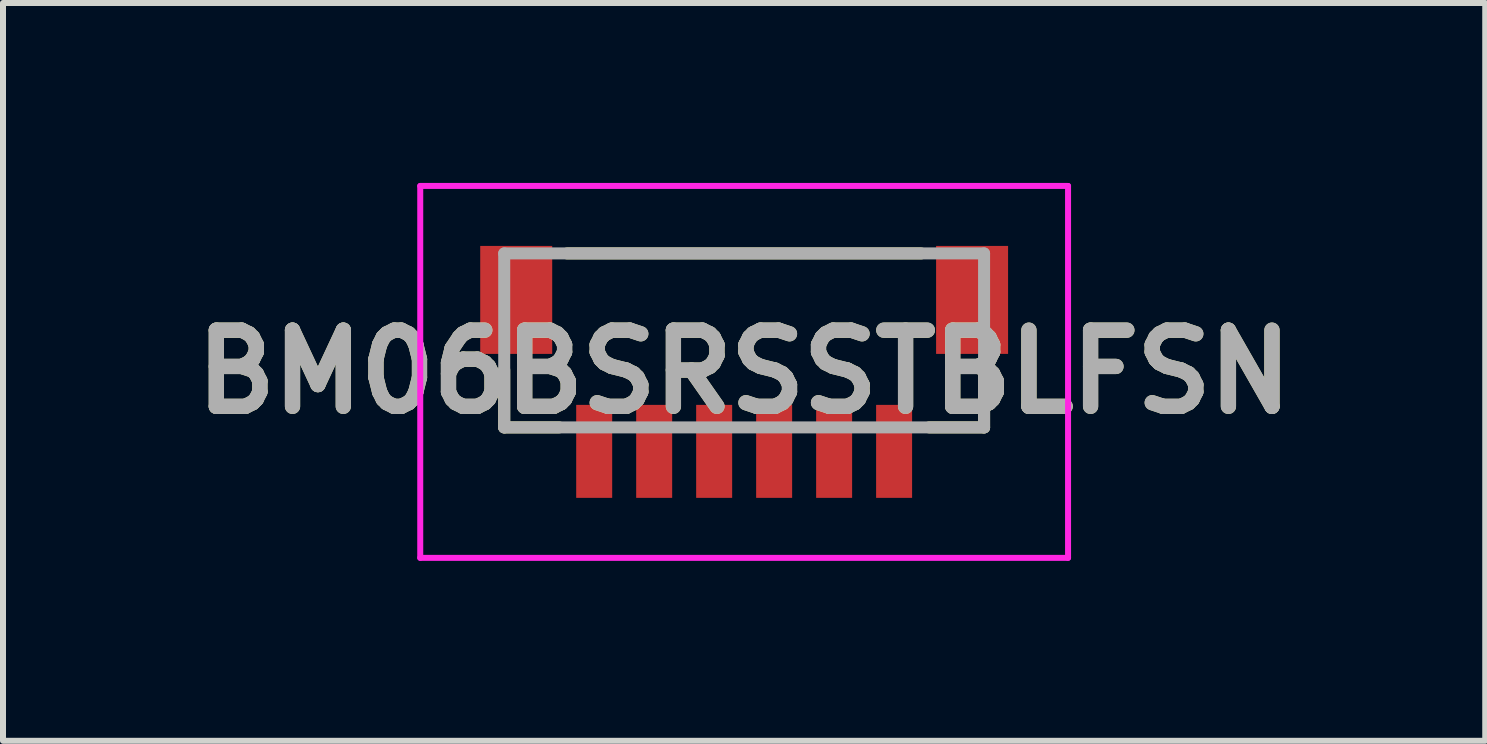
<source format=kicad_pcb>
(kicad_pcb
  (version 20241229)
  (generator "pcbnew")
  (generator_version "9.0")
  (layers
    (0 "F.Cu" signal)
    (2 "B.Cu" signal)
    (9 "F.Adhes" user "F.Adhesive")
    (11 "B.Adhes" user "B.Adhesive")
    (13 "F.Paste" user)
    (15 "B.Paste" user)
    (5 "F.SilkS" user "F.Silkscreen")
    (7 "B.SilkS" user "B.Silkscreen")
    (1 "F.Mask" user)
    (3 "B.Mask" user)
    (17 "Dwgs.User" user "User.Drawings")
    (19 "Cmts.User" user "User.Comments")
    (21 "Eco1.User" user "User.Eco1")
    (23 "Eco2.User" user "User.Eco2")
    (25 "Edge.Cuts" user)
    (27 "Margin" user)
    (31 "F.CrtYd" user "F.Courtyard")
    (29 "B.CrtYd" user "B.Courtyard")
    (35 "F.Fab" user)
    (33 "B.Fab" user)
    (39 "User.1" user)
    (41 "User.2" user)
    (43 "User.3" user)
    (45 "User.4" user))
  (footprint "BM06BSRSSTBLFSN"
    (layer "F.Cu")
    (at 9.356 2.825)
    (property "Reference" "BM06BSRSSTBLFSN" (at 0 0.325 0) (layer "F.SilkS") (effects (font (size 1.27 1.27) (thickness 0.254))))
    (attr smd)
    (fp_line (start -4 1.25) (end -4 0.291) (stroke (width 0.2) (type solid)) (layer "F.SilkS"))
    (fp_line (start -4 1.25) (end -3.084 1.25) (stroke (width 0.2) (type solid)) (layer "F.SilkS"))
    (fp_line (start -2.95 -1.65) (end 2.95 -1.65) (stroke (width 0.2) (type solid)) (layer "F.SilkS"))
    (fp_line (start 4 1.25) (end 3.084 1.25) (stroke (width 0.2) (type solid)) (layer "F.SilkS"))
    (fp_line (start 4 1.25) (end 4 0.291) (stroke (width 0.2) (type solid)) (layer "F.SilkS"))
    (fp_line (start -5.4 -2.775) (end 5.4 -2.775) (stroke (width 0.1) (type solid)) (layer "F.CrtYd"))
    (fp_line (start -5.4 3.425) (end -5.4 -2.775) (stroke (width 0.1) (type solid)) (layer "F.CrtYd"))
    (fp_line (start 5.4 -2.775) (end 5.4 3.425) (stroke (width 0.1) (type solid)) (layer "F.CrtYd"))
    (fp_line (start 5.4 3.425) (end -5.4 3.425) (stroke (width 0.1) (type solid)) (layer "F.CrtYd"))
    (fp_line (start -4 -1.65) (end 4 -1.65) (stroke (width 0.2) (type solid)) (layer "F.Fab"))
    (fp_line (start -4 1.25) (end -4 -1.65) (stroke (width 0.2) (type solid)) (layer "F.Fab"))
    (fp_line (start 4 -1.65) (end 4 1.25) (stroke (width 0.2) (type solid)) (layer "F.Fab"))
    (fp_line (start 4 1.25) (end -4 1.25) (stroke (width 0.2) (type solid)) (layer "F.Fab"))
    (fp_text user "${REFERENCE}" (at 0 0.325 0) (layer "F.Fab") (effects (font (size 1.27 1.27) (thickness 0.254))))
    (pad "1" smd rect (at 2.5 1.65) (size 0.6 1.55) (layers "F.Cu" "F.Mask" "F.Paste"))
    (pad "2" smd rect (at 1.5 1.65) (size 0.6 1.55) (layers "F.Cu" "F.Mask" "F.Paste"))
    (pad "3" smd rect (at 0.5 1.65) (size 0.6 1.55) (layers "F.Cu" "F.Mask" "F.Paste"))
    (pad "4" smd rect (at -0.5 1.65) (size 0.6 1.55) (layers "F.Cu" "F.Mask" "F.Paste"))
    (pad "5" smd rect (at -1.5 1.65) (size 0.6 1.55) (layers "F.Cu" "F.Mask" "F.Paste"))
    (pad "6" smd rect (at -2.5 1.65) (size 0.6 1.55) (layers "F.Cu" "F.Mask" "F.Paste"))
    (pad "MP1" smd rect (at -3.8 -0.875) (size 1.2 1.8) (layers "F.Cu" "F.Mask" "F.Paste"))
    (pad "MP2" smd rect (at 3.8 -0.875) (size 1.2 1.8) (layers "F.Cu" "F.Mask" "F.Paste")))
  (gr_rect
    (start -3 -3)
    (end 21.711 9.3)
    (stroke (width 0.1) (type default))
    (fill no)
    (layer "Edge.Cuts")))
</source>
